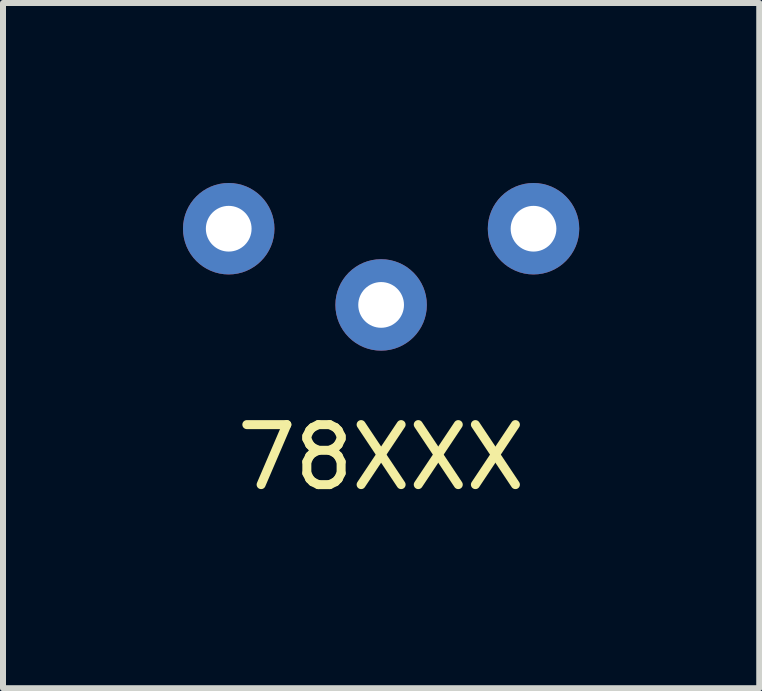
<source format=kicad_pcb>
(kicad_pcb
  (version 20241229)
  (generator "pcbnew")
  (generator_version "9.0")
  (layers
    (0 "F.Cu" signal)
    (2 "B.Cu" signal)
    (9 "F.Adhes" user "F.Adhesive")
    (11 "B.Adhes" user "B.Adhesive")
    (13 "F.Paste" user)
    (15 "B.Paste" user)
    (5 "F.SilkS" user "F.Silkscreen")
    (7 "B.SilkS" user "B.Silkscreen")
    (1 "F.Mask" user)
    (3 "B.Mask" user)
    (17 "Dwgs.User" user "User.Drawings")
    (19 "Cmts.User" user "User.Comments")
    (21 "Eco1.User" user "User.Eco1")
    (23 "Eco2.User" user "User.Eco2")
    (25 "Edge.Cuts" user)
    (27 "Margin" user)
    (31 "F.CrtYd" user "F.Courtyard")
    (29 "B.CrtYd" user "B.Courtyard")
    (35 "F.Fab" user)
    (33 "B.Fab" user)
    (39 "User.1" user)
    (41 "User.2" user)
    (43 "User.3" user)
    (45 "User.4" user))
  (footprint "78XXX"
    (layer "F.Cu")
    (at 3.302 0.762)
    (property "Reference" "78XXX" (at 0 3.81 0) (layer "F.SilkS") (effects (font (size 1 1) (thickness 0.15))))
    (attr through_hole)
    (pad "GND" thru_hole circle (at 0 1.27) (size 1.524 1.524) (drill 0.762) (layers "*.Cu" "*.Mask"))
    (pad "VI" thru_hole circle (at -2.54 0) (size 1.524 1.524) (drill 0.762) (layers "*.Cu" "*.Mask"))
    (pad "VO" thru_hole circle (at 2.54 0) (size 1.524 1.524) (drill 0.762) (layers "*.Cu" "*.Mask")))
  (gr_rect
    (start -3 -3)
    (end 9.604 8.42)
    (stroke (width 0.1) (type default))
    (fill no)
    (layer "Edge.Cuts")))
</source>
